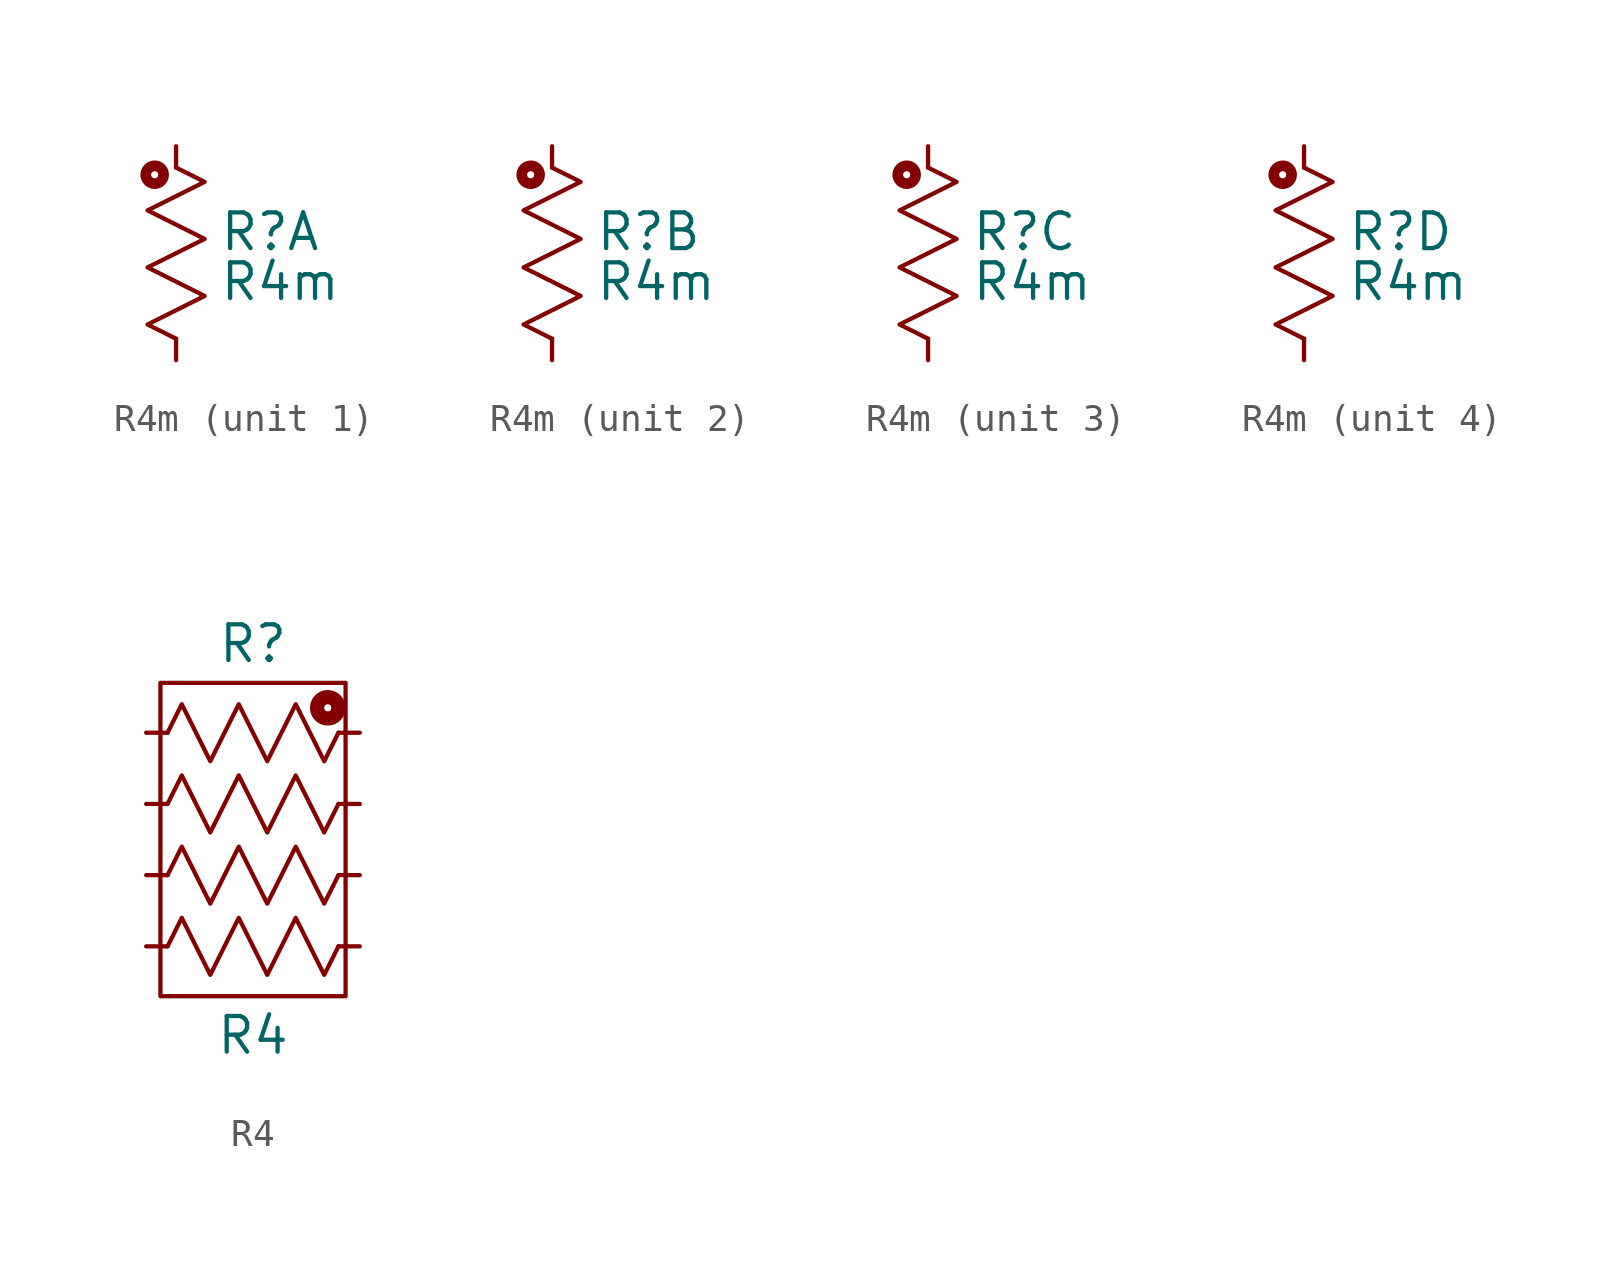
<source format=kicad_sym>
(kicad_symbol_lib
  (version 20211014)
  (generator kicad_symbol_editor)
  (symbol "R4m"
    (pin_numbers hide)
    (pin_names
      (offset 1.016) hide)
    (property "Reference" "R"
      (at 1.524 0.762 0)
      (effects (font (size 1.27 1.27)) (justify left)))
    (property "Value" "R4m"
      (at 1.524 -1.016 0)
      (effects (font (size 1.27 1.27)) (justify left)))
    (symbol "R4m_0_0"
      (polyline (pts (xy 0 3.048) (xy 1.016 2.54) (xy -1.016 1.524) (xy 1.016 0.508) (xy -1.016 -0.508) (xy 1.016 -1.524) (xy -1.016 -2.54) (xy 0 -3.048)) (stroke (width 0) (type default) (color 0 0 0 0)) (fill (type none))))
    (symbol "R4m_0_1"
      (circle (center -0.762 2.794) (radius 0.127) (stroke (width 0.381) (type default) (color 0 0 0 0)) (fill (type none))))
    (symbol "R4m_1_1"
      (pin passive line (at 0 3.81 270) (length 0.762) (name "~" (effects (font (size 1.27 1.27)))) (number "1" (effects (font (size 1.27 1.27)))))
      (pin passive line (at 0 -3.81 90) (length 0.762) (name "~" (effects (font (size 1.27 1.27)))) (number "2" (effects (font (size 1.27 1.27))))))
    (symbol "R4m_2_1"
      (pin passive line (at 0 3.81 270) (length 0.762) (name "~" (effects (font (size 1.27 1.27)))) (number "3" (effects (font (size 1.27 1.27)))))
      (pin passive line (at 0 -3.81 90) (length 0.762) (name "~" (effects (font (size 1.27 1.27)))) (number "4" (effects (font (size 1.27 1.27))))))
    (symbol "R4m_3_1"
      (pin passive line (at 0 3.81 270) (length 0.762) (name "~" (effects (font (size 1.27 1.27)))) (number "5" (effects (font (size 1.27 1.27)))))
      (pin passive line (at 0 -3.81 90) (length 0.762) (name "~" (effects (font (size 1.27 1.27)))) (number "6" (effects (font (size 1.27 1.27))))))
    (symbol "R4m_4_1"
      (pin passive line (at 0 3.81 270) (length 0.762) (name "~" (effects (font (size 1.27 1.27)))) (number "7" (effects (font (size 1.27 1.27)))))
      (pin passive line (at 0 -3.81 90) (length 0.762) (name "~" (effects (font (size 1.27 1.27)))) (number "8" (effects (font (size 1.27 1.27)))))))
  (symbol "R4"
    (pin_numbers hide)
    (pin_names
      (offset 1.016) hide)
    (property "Reference" "R"
      (at 0 3.175 0)
      (effects (font (size 1.27 1.27))))
    (property "Value" "R4"
      (at 0 -10.795 0)
      (effects (font (size 1.27 1.27))))
    (symbol "R4_0_1"
      (rectangle (start -3.302 1.778) (end 3.302 -9.398) (stroke (width 0) (type default) (color 0 0 0 0)) (fill (type none)))
      (polyline (pts (xy -3.048 -7.62) (xy -2.54 -6.604) (xy -1.524 -8.636) (xy -0.508 -6.604) (xy 0.508 -8.636) (xy 1.524 -6.604) (xy 2.54 -8.636) (xy 3.048 -7.62)) (stroke (width 0) (type default) (color 0 0 0 0)) (fill (type none)))
      (polyline (pts (xy -3.048 -5.08) (xy -2.54 -4.064) (xy -1.524 -6.096) (xy -0.508 -4.064) (xy 0.508 -6.096) (xy 1.524 -4.064) (xy 2.54 -6.096) (xy 3.048 -5.08)) (stroke (width 0) (type default) (color 0 0 0 0)) (fill (type none)))
      (polyline (pts (xy -3.048 -2.54) (xy -2.54 -1.524) (xy -1.524 -3.556) (xy -0.508 -1.524) (xy 0.508 -3.556) (xy 1.524 -1.524) (xy 2.54 -3.556) (xy 3.048 -2.54)) (stroke (width 0) (type default) (color 0 0 0 0)) (fill (type none)))
      (polyline (pts (xy -3.048 0) (xy -2.54 1.016) (xy -1.524 -1.016) (xy -0.508 1.016) (xy 0.508 -1.016) (xy 1.524 1.016) (xy 2.54 -1.016) (xy 3.048 0)) (stroke (width 0) (type default) (color 0 0 0 0)) (fill (type none)))
      (circle (center 2.667 0.889) (radius 0.127) (stroke (width 0.508) (type default) (color 0 0 0 0)) (fill (type none))))
    (symbol "R4_1_1"
      (pin passive line (at 3.81 0 180) (length 0.762) (name "~" (effects (font (size 1.27 1.27)))) (number "1" (effects (font (size 1.27 1.27)))))
      (pin passive line (at -3.81 0 0) (length 0.762) (name "~" (effects (font (size 1.27 1.27)))) (number "2" (effects (font (size 1.27 1.27)))))
      (pin passive line (at 3.81 -2.54 180) (length 0.762) (name "~" (effects (font (size 1.27 1.27)))) (number "3" (effects (font (size 1.27 1.27)))))
      (pin passive line (at -3.81 -2.54 0) (length 0.762) (name "~" (effects (font (size 1.27 1.27)))) (number "4" (effects (font (size 1.27 1.27)))))
      (pin passive line (at 3.81 -5.08 180) (length 0.762) (name "~" (effects (font (size 1.27 1.27)))) (number "5" (effects (font (size 1.27 1.27)))))
      (pin passive line (at -3.81 -5.08 0) (length 0.762) (name "~" (effects (font (size 1.27 1.27)))) (number "6" (effects (font (size 1.27 1.27)))))
      (pin passive line (at 3.81 -7.62 180) (length 0.762) (name "~" (effects (font (size 1.27 1.27)))) (number "7" (effects (font (size 1.27 1.27)))))
      (pin passive line (at -3.81 -7.62 0) (length 0.762) (name "~" (effects (font (size 1.27 1.27)))) (number "8" (effects (font (size 1.27 1.27))))))))
</source>
